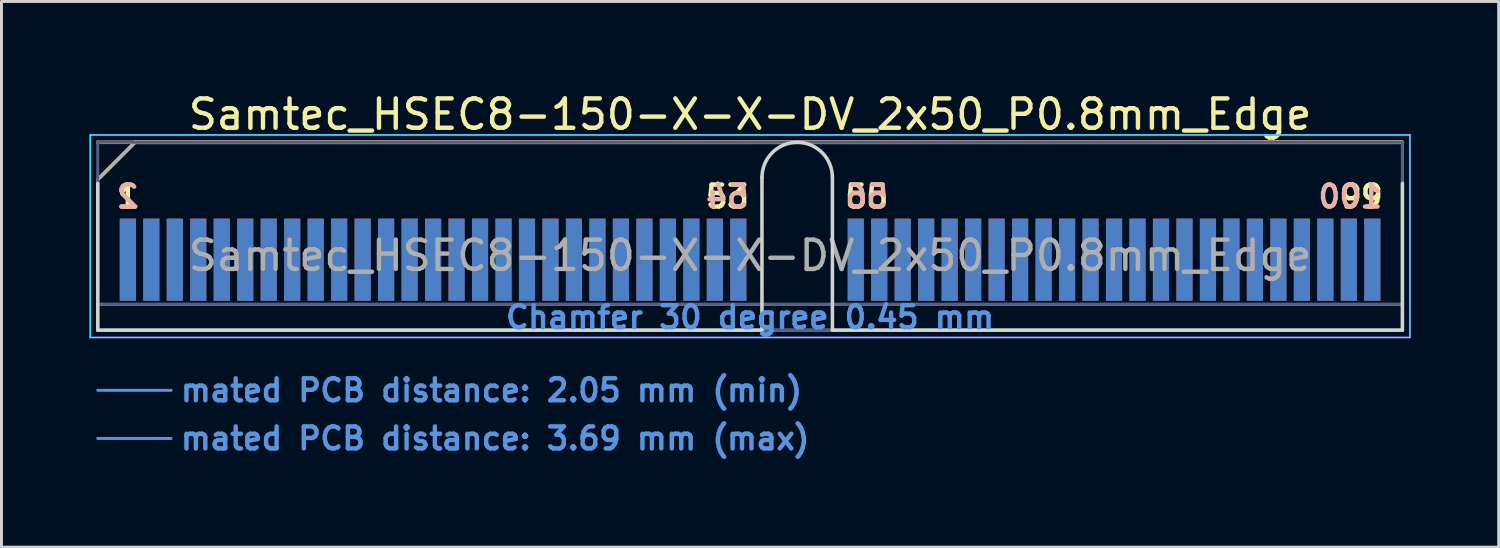
<source format=kicad_pcb>
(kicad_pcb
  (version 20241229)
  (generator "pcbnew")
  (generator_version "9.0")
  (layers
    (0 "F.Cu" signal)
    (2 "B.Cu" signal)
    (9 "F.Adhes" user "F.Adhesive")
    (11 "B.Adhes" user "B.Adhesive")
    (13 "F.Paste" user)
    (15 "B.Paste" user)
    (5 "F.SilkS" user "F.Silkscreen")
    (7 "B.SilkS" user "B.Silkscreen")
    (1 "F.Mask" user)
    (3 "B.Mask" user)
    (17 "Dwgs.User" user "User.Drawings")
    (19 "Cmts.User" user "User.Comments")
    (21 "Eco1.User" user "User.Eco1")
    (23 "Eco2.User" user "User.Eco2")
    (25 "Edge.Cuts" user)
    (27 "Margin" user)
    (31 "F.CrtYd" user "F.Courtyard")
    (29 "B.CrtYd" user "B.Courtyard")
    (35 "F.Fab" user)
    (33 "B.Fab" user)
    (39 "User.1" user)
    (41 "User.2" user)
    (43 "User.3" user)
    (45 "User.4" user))
  (footprint "Samtec_HSEC8-150-X-X-DV_2x50_P0.8mm_Edge"
    (layer "F.Cu")
    (at 22.505 8.198)
    (property "Reference" "Samtec_HSEC8-150-X-X-DV_2x50_P0.8mm_Edge" (at 0 -7.35 0) (layer "F.SilkS") (effects (font (size 1 1) (thickness 0.15))))
    (attr exclude_from_pos_files exclude_from_bom)
    (fp_line (start -22.225 -5.13) (end -20.955 -6.4) (stroke (width 0.12) (type solid)) (layer "F.SilkS"))
    (fp_line (start -20.955 -6.4) (end 22.225 -6.4) (stroke (width 0.12) (type solid)) (layer "F.SilkS"))
    (fp_line (start -22.225 -6.4) (end -22.225 -6.4) (stroke (width 0.12) (type solid)) (layer "B.SilkS"))
    (fp_line (start -22.225 -6.4) (end 22.225 -6.4) (stroke (width 0.12) (type solid)) (layer "B.SilkS"))
    (fp_line (start -22.225 2.05) (end -19.725 2.05) (stroke (width 0.1) (type solid)) (layer "Cmts.User"))
    (fp_line (start -22.225 3.69) (end -19.725 3.69) (stroke (width 0.1) (type solid)) (layer "Cmts.User"))
    (fp_line (start -22.225 -5) (end -22.225 0) (stroke (width 0.12) (type solid)) (layer "Edge.Cuts"))
    (fp_line (start -22.225 0) (end 0.405 0) (stroke (width 0.12) (type solid)) (layer "Edge.Cuts"))
    (fp_line (start 0.405 0) (end 0.405 -5.2) (stroke (width 0.12) (type solid)) (layer "Edge.Cuts"))
    (fp_line (start 2.805 -5.2) (end 2.805 0) (stroke (width 0.12) (type solid)) (layer "Edge.Cuts"))
    (fp_line (start 2.805 0) (end 22.225 0) (stroke (width 0.12) (type solid)) (layer "Edge.Cuts"))
    (fp_line (start 22.225 0) (end 22.225 -5) (stroke (width 0.12) (type solid)) (layer "Edge.Cuts"))
    (fp_arc (start 0.405 -5.2) (mid 1.605 -6.4) (end 2.805 -5.2) (stroke (width 0.12) (type solid)) (layer "Edge.Cuts"))
    (fp_line (start -22.48 -6.65) (end -22.48 0.25) (stroke (width 0.05) (type solid)) (layer "B.CrtYd"))
    (fp_line (start -22.48 0.25) (end 22.48 0.25) (stroke (width 0.05) (type solid)) (layer "B.CrtYd"))
    (fp_line (start 22.48 -6.65) (end -22.48 -6.65) (stroke (width 0.05) (type solid)) (layer "B.CrtYd"))
    (fp_line (start 22.48 0.25) (end 22.48 -6.65) (stroke (width 0.05) (type solid)) (layer "B.CrtYd"))
    (fp_line (start -22.48 -6.65) (end -22.48 0.25) (stroke (width 0.05) (type solid)) (layer "F.CrtYd"))
    (fp_line (start -22.48 0.25) (end 22.48 0.25) (stroke (width 0.05) (type solid)) (layer "F.CrtYd"))
    (fp_line (start 22.48 -6.65) (end -22.48 -6.65) (stroke (width 0.05) (type solid)) (layer "F.CrtYd"))
    (fp_line (start 22.48 0.25) (end 22.48 -6.65) (stroke (width 0.05) (type solid)) (layer "F.CrtYd"))
    (fp_line (start -22.225 -6.4) (end -22.225 -6.4) (stroke (width 0.1) (type solid)) (layer "B.Fab"))
    (fp_line (start -22.225 -6.4) (end -22.225 0) (stroke (width 0.1) (type solid)) (layer "B.Fab"))
    (fp_line (start -22.225 -6.4) (end 22.225 -6.4) (stroke (width 0.1) (type solid)) (layer "B.Fab"))
    (fp_line (start -22.225 -0.88) (end 22.225 -0.88) (stroke (width 0.1) (type solid)) (layer "B.Fab"))
    (fp_line (start -22.225 0) (end 22.225 0) (stroke (width 0.1) (type solid)) (layer "B.Fab"))
    (fp_line (start 22.225 -6.4) (end 22.225 0) (stroke (width 0.1) (type solid)) (layer "B.Fab"))
    (fp_line (start -22.225 -5.13) (end -22.225 0) (stroke (width 0.1) (type solid)) (layer "F.Fab"))
    (fp_line (start -22.225 -5.13) (end -20.955 -6.4) (stroke (width 0.1) (type solid)) (layer "F.Fab"))
    (fp_line (start -22.225 -0.88) (end 22.225 -0.88) (stroke (width 0.1) (type solid)) (layer "F.Fab"))
    (fp_line (start -22.225 0) (end 22.225 0) (stroke (width 0.1) (type solid)) (layer "F.Fab"))
    (fp_line (start -20.955 -6.4) (end 22.225 -6.4) (stroke (width 0.1) (type solid)) (layer "F.Fab"))
    (fp_line (start 22.225 -6.4) (end 22.225 0) (stroke (width 0.1) (type solid)) (layer "F.Fab"))
    (fp_text user "55" (at 3.975 -4.55 0) (layer "F.SilkS") (effects (font (size 0.75 0.75) (thickness 0.15))))
    (fp_text user "53" (at -0.775 -4.55 0) (layer "F.SilkS") (effects (font (size 0.75 0.75) (thickness 0.15))))
    (fp_text user "99" (at 20.825 -4.55 0) (layer "F.SilkS") (effects (font (size 0.75 0.75) (thickness 0.15))))
    (fp_text user "1" (at -21.2 -4.55 0) (layer "F.SilkS") (effects (font (size 0.75 0.75) (thickness 0.15))))
    (fp_text user "56" (at 3.975 -4.55 0) (layer "B.SilkS") (effects (font (size 0.75 0.75) (thickness 0.15)) (justify mirror)))
    (fp_text user "100" (at 20.45 -4.55 0) (layer "B.SilkS") (effects (font (size 0.75 0.75) (thickness 0.15)) (justify mirror)))
    (fp_text user "54" (at -0.775 -4.55 0) (layer "B.SilkS") (effects (font (size 0.75 0.75) (thickness 0.15)) (justify mirror)))
    (fp_text user "2" (at -21.2 -4.55 0) (layer "B.SilkS") (effects (font (size 0.75 0.75) (thickness 0.15)) (justify mirror)))
    (fp_text user "Chamfer 30 degree 0.45 mm" (at 0 -0.44 0) (layer "Cmts.User") (effects (font (size 0.75 0.75) (thickness 0.15))))
    (fp_text user "mated PCB distance: 2.05 mm (min)" (at -19.48 2.05 0) (layer "Cmts.User") (effects (font (size 0.75 0.75) (thickness 0.15)) (justify left)))
    (fp_text user "mated PCB distance: 3.69 mm (max)" (at -19.48 3.69 0) (layer "Cmts.User") (effects (font (size 0.75 0.75) (thickness 0.15)) (justify left)))
    (fp_text user "${REFERENCE}" (at 0 -2.54 0) (layer "F.Fab") (effects (font (size 1 1) (thickness 0.15))))
    (pad "1" connect rect (at -21.2 -2.4) (size 0.55 2.8) (layers "F.Cu" "F.Mask"))
    (pad "2" connect rect (at -21.2 -2.4) (size 0.55 2.8) (layers "B.Cu" "B.Mask"))
    (pad "3" connect rect (at -20.4 -2.4) (size 0.55 2.8) (layers "F.Cu" "F.Mask"))
    (pad "4" connect rect (at -20.4 -2.4) (size 0.55 2.8) (layers "B.Cu" "B.Mask"))
    (pad "5" connect rect (at -19.6 -2.4) (size 0.55 2.8) (layers "F.Cu" "F.Mask"))
    (pad "6" connect rect (at -19.6 -2.4) (size 0.55 2.8) (layers "B.Cu" "B.Mask"))
    (pad "7" connect rect (at -18.8 -2.4) (size 0.55 2.8) (layers "F.Cu" "F.Mask"))
    (pad "8" connect rect (at -18.8 -2.4) (size 0.55 2.8) (layers "B.Cu" "B.Mask"))
    (pad "9" connect rect (at -18 -2.4) (size 0.55 2.8) (layers "F.Cu" "F.Mask"))
    (pad "10" connect rect (at -18 -2.4) (size 0.55 2.8) (layers "B.Cu" "B.Mask"))
    (pad "11" connect rect (at -17.2 -2.4) (size 0.55 2.8) (layers "F.Cu" "F.Mask"))
    (pad "12" connect rect (at -17.2 -2.4) (size 0.55 2.8) (layers "B.Cu" "B.Mask"))
    (pad "13" connect rect (at -16.4 -2.4) (size 0.55 2.8) (layers "F.Cu" "F.Mask"))
    (pad "14" connect rect (at -16.4 -2.4) (size 0.55 2.8) (layers "B.Cu" "B.Mask"))
    (pad "15" connect rect (at -15.6 -2.4) (size 0.55 2.8) (layers "F.Cu" "F.Mask"))
    (pad "16" connect rect (at -15.6 -2.4) (size 0.55 2.8) (layers "B.Cu" "B.Mask"))
    (pad "17" connect rect (at -14.8 -2.4) (size 0.55 2.8) (layers "F.Cu" "F.Mask"))
    (pad "18" connect rect (at -14.8 -2.4) (size 0.55 2.8) (layers "B.Cu" "B.Mask"))
    (pad "19" connect rect (at -14 -2.4) (size 0.55 2.8) (layers "F.Cu" "F.Mask"))
    (pad "20" connect rect (at -14 -2.4) (size 0.55 2.8) (layers "B.Cu" "B.Mask"))
    (pad "21" connect rect (at -13.2 -2.4) (size 0.55 2.8) (layers "F.Cu" "F.Mask"))
    (pad "22" connect rect (at -13.2 -2.4) (size 0.55 2.8) (layers "B.Cu" "B.Mask"))
    (pad "23" connect rect (at -12.4 -2.4) (size 0.55 2.8) (layers "F.Cu" "F.Mask"))
    (pad "24" connect rect (at -12.4 -2.4) (size 0.55 2.8) (layers "B.Cu" "B.Mask"))
    (pad "25" connect rect (at -11.6 -2.4) (size 0.55 2.8) (layers "F.Cu" "F.Mask"))
    (pad "26" connect rect (at -11.6 -2.4) (size 0.55 2.8) (layers "B.Cu" "B.Mask"))
    (pad "27" connect rect (at -10.8 -2.4) (size 0.55 2.8) (layers "F.Cu" "F.Mask"))
    (pad "28" connect rect (at -10.8 -2.4) (size 0.55 2.8) (layers "B.Cu" "B.Mask"))
    (pad "29" connect rect (at -10 -2.4) (size 0.55 2.8) (layers "F.Cu" "F.Mask"))
    (pad "30" connect rect (at -10 -2.4) (size 0.55 2.8) (layers "B.Cu" "B.Mask"))
    (pad "31" connect rect (at -9.2 -2.4) (size 0.55 2.8) (layers "F.Cu" "F.Mask"))
    (pad "32" connect rect (at -9.2 -2.4) (size 0.55 2.8) (layers "B.Cu" "B.Mask"))
    (pad "33" connect rect (at -8.4 -2.4) (size 0.55 2.8) (layers "F.Cu" "F.Mask"))
    (pad "34" connect rect (at -8.4 -2.4) (size 0.55 2.8) (layers "B.Cu" "B.Mask"))
    (pad "35" connect rect (at -7.6 -2.4) (size 0.55 2.8) (layers "F.Cu" "F.Mask"))
    (pad "36" connect rect (at -7.6 -2.4) (size 0.55 2.8) (layers "B.Cu" "B.Mask"))
    (pad "37" connect rect (at -6.8 -2.4) (size 0.55 2.8) (layers "F.Cu" "F.Mask"))
    (pad "38" connect rect (at -6.8 -2.4) (size 0.55 2.8) (layers "B.Cu" "B.Mask"))
    (pad "39" connect rect (at -6 -2.4) (size 0.55 2.8) (layers "F.Cu" "F.Mask"))
    (pad "40" connect rect (at -6 -2.4) (size 0.55 2.8) (layers "B.Cu" "B.Mask"))
    (pad "41" connect rect (at -5.2 -2.4) (size 0.55 2.8) (layers "F.Cu" "F.Mask"))
    (pad "42" connect rect (at -5.2 -2.4) (size 0.55 2.8) (layers "B.Cu" "B.Mask"))
    (pad "43" connect rect (at -4.4 -2.4) (size 0.55 2.8) (layers "F.Cu" "F.Mask"))
    (pad "44" connect rect (at -4.4 -2.4) (size 0.55 2.8) (layers "B.Cu" "B.Mask"))
    (pad "45" connect rect (at -3.6 -2.4) (size 0.55 2.8) (layers "F.Cu" "F.Mask"))
    (pad "46" connect rect (at -3.6 -2.4) (size 0.55 2.8) (layers "B.Cu" "B.Mask"))
    (pad "47" connect rect (at -2.8 -2.4) (size 0.55 2.8) (layers "F.Cu" "F.Mask"))
    (pad "48" connect rect (at -2.8 -2.4) (size 0.55 2.8) (layers "B.Cu" "B.Mask"))
    (pad "49" connect rect (at -2 -2.4) (size 0.55 2.8) (layers "F.Cu" "F.Mask"))
    (pad "50" connect rect (at -2 -2.4) (size 0.55 2.8) (layers "B.Cu" "B.Mask"))
    (pad "51" connect rect (at -1.2 -2.4) (size 0.55 2.8) (layers "F.Cu" "F.Mask"))
    (pad "52" connect rect (at -1.2 -2.4) (size 0.55 2.8) (layers "B.Cu" "B.Mask"))
    (pad "53" connect rect (at -0.4 -2.4) (size 0.55 2.8) (layers "F.Cu" "F.Mask"))
    (pad "54" connect rect (at -0.4 -2.4) (size 0.55 2.8) (layers "B.Cu" "B.Mask"))
    (pad "55" connect rect (at 3.6 -2.4) (size 0.55 2.8) (layers "F.Cu" "F.Mask"))
    (pad "56" connect rect (at 3.6 -2.4) (size 0.55 2.8) (layers "B.Cu" "B.Mask"))
    (pad "57" connect rect (at 4.4 -2.4) (size 0.55 2.8) (layers "F.Cu" "F.Mask"))
    (pad "58" connect rect (at 4.4 -2.4) (size 0.55 2.8) (layers "B.Cu" "B.Mask"))
    (pad "59" connect rect (at 5.2 -2.4) (size 0.55 2.8) (layers "F.Cu" "F.Mask"))
    (pad "60" connect rect (at 5.2 -2.4) (size 0.55 2.8) (layers "B.Cu" "B.Mask"))
    (pad "61" connect rect (at 6 -2.4) (size 0.55 2.8) (layers "F.Cu" "F.Mask"))
    (pad "62" connect rect (at 6 -2.4) (size 0.55 2.8) (layers "B.Cu" "B.Mask"))
    (pad "63" connect rect (at 6.8 -2.4) (size 0.55 2.8) (layers "F.Cu" "F.Mask"))
    (pad "64" connect rect (at 6.8 -2.4) (size 0.55 2.8) (layers "B.Cu" "B.Mask"))
    (pad "65" connect rect (at 7.6 -2.4) (size 0.55 2.8) (layers "F.Cu" "F.Mask"))
    (pad "66" connect rect (at 7.6 -2.4) (size 0.55 2.8) (layers "B.Cu" "B.Mask"))
    (pad "67" connect rect (at 8.4 -2.4) (size 0.55 2.8) (layers "F.Cu" "F.Mask"))
    (pad "68" connect rect (at 8.4 -2.4) (size 0.55 2.8) (layers "B.Cu" "B.Mask"))
    (pad "69" connect rect (at 9.2 -2.4) (size 0.55 2.8) (layers "F.Cu" "F.Mask"))
    (pad "70" connect rect (at 9.2 -2.4) (size 0.55 2.8) (layers "B.Cu" "B.Mask"))
    (pad "71" connect rect (at 10 -2.4) (size 0.55 2.8) (layers "F.Cu" "F.Mask"))
    (pad "72" connect rect (at 10 -2.4) (size 0.55 2.8) (layers "B.Cu" "B.Mask"))
    (pad "73" connect rect (at 10.8 -2.4) (size 0.55 2.8) (layers "F.Cu" "F.Mask"))
    (pad "74" connect rect (at 10.8 -2.4) (size 0.55 2.8) (layers "B.Cu" "B.Mask"))
    (pad "75" connect rect (at 11.6 -2.4) (size 0.55 2.8) (layers "F.Cu" "F.Mask"))
    (pad "76" connect rect (at 11.6 -2.4) (size 0.55 2.8) (layers "B.Cu" "B.Mask"))
    (pad "77" connect rect (at 12.4 -2.4) (size 0.55 2.8) (layers "F.Cu" "F.Mask"))
    (pad "78" connect rect (at 12.4 -2.4) (size 0.55 2.8) (layers "B.Cu" "B.Mask"))
    (pad "79" connect rect (at 13.2 -2.4) (size 0.55 2.8) (layers "F.Cu" "F.Mask"))
    (pad "80" connect rect (at 13.2 -2.4) (size 0.55 2.8) (layers "B.Cu" "B.Mask"))
    (pad "81" connect rect (at 14 -2.4) (size 0.55 2.8) (layers "F.Cu" "F.Mask"))
    (pad "82" connect rect (at 14 -2.4) (size 0.55 2.8) (layers "B.Cu" "B.Mask"))
    (pad "83" connect rect (at 14.8 -2.4) (size 0.55 2.8) (layers "F.Cu" "F.Mask"))
    (pad "84" connect rect (at 14.8 -2.4) (size 0.55 2.8) (layers "B.Cu" "B.Mask"))
    (pad "85" connect rect (at 15.6 -2.4) (size 0.55 2.8) (layers "F.Cu" "F.Mask"))
    (pad "86" connect rect (at 15.6 -2.4) (size 0.55 2.8) (layers "B.Cu" "B.Mask"))
    (pad "87" connect rect (at 16.4 -2.4) (size 0.55 2.8) (layers "F.Cu" "F.Mask"))
    (pad "88" connect rect (at 16.4 -2.4) (size 0.55 2.8) (layers "B.Cu" "B.Mask"))
    (pad "89" connect rect (at 17.2 -2.4) (size 0.55 2.8) (layers "F.Cu" "F.Mask"))
    (pad "90" connect rect (at 17.2 -2.4) (size 0.55 2.8) (layers "B.Cu" "B.Mask"))
    (pad "91" connect rect (at 18 -2.4) (size 0.55 2.8) (layers "F.Cu" "F.Mask"))
    (pad "92" connect rect (at 18 -2.4) (size 0.55 2.8) (layers "B.Cu" "B.Mask"))
    (pad "93" connect rect (at 18.8 -2.4) (size 0.55 2.8) (layers "F.Cu" "F.Mask"))
    (pad "94" connect rect (at 18.8 -2.4) (size 0.55 2.8) (layers "B.Cu" "B.Mask"))
    (pad "95" connect rect (at 19.6 -2.4) (size 0.55 2.8) (layers "F.Cu" "F.Mask"))
    (pad "96" connect rect (at 19.6 -2.4) (size 0.55 2.8) (layers "B.Cu" "B.Mask"))
    (pad "97" connect rect (at 20.4 -2.4) (size 0.55 2.8) (layers "F.Cu" "F.Mask"))
    (pad "98" connect rect (at 20.4 -2.4) (size 0.55 2.8) (layers "B.Cu" "B.Mask"))
    (pad "99" connect rect (at 21.2 -2.4) (size 0.55 2.8) (layers "F.Cu" "F.Mask"))
    (pad "100" connect rect (at 21.2 -2.4) (size 0.55 2.8) (layers "B.Cu" "B.Mask")))
  (gr_rect
    (start -3 -3)
    (end 48.01 15.59)
    (stroke (width 0.1) (type default))
    (fill no)
    (layer "Edge.Cuts")))
</source>
